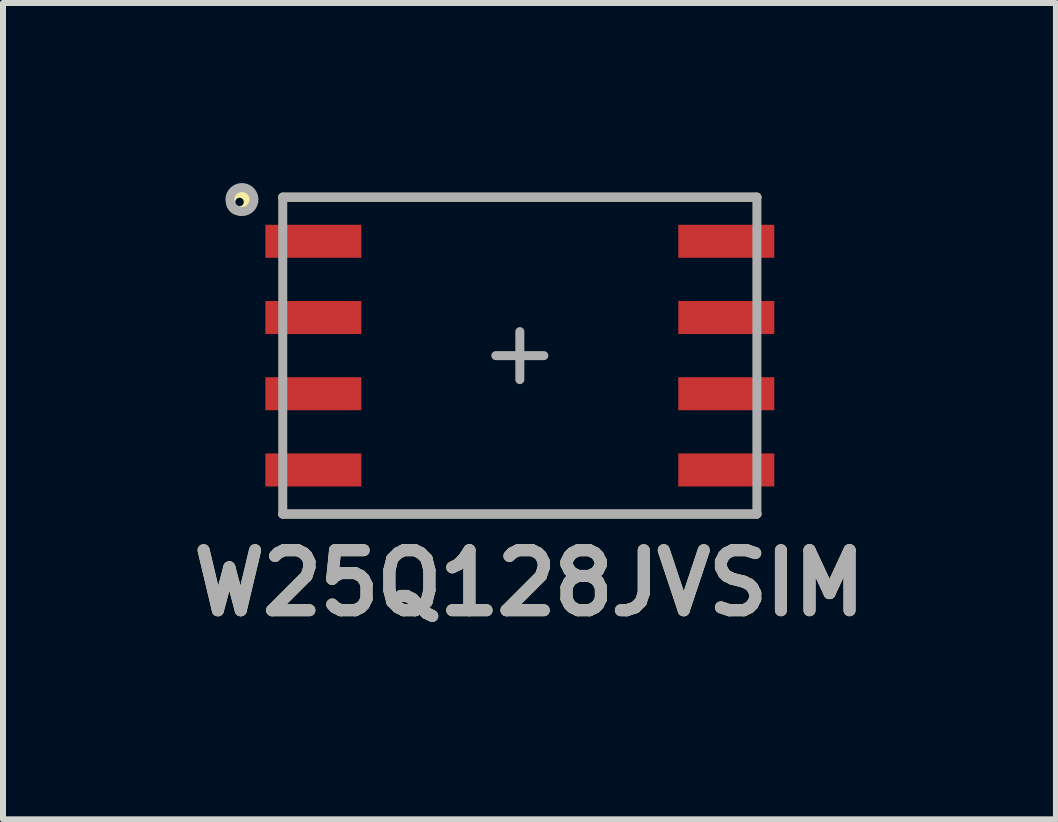
<source format=kicad_pcb>
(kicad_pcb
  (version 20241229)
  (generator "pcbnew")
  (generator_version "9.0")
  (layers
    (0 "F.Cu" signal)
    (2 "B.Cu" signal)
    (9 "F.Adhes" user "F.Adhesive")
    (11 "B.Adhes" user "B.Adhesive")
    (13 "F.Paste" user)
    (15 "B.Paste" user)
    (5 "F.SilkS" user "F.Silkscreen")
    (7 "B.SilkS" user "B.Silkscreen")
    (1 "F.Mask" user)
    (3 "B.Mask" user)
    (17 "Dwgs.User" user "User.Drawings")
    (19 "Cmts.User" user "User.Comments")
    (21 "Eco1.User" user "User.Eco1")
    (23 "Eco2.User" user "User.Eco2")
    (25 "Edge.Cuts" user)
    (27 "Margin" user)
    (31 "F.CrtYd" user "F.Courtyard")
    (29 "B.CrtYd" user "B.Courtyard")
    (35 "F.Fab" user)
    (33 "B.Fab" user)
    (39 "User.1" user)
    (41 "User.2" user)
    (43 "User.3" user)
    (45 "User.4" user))
  (footprint "W25Q128JVSIM"
    (layer "F.Cu")
    (at 5.611 2.875)
    (property "Reference" "W25Q128JVSIM" (at 0.16 3.79 0) (layer "F.SilkS") (effects (font (size 1 1) (thickness 0.2))))
    (attr through_hole)
    (fp_line (start -3.95 -2.64) (end 3.95 -2.64) (stroke (width 0.15) (type solid)) (layer "F.SilkS"))
    (fp_line (start -3.95 2.64) (end 3.95 2.64) (stroke (width 0.15) (type solid)) (layer "F.SilkS"))
    (fp_circle (center -4.67 -2.56) (end -4.563 -2.46) (stroke (width 0.152) (type solid)) (fill no) (layer "F.SilkS"))
    (fp_line (start -3.95 -2.64) (end -3.95 2.64) (stroke (width 0.15) (type solid)) (layer "F.Fab"))
    (fp_line (start -3.95 -2.64) (end 3.95 -2.64) (stroke (width 0.15) (type solid)) (layer "F.Fab"))
    (fp_line (start -3.95 2.64) (end 3.95 2.64) (stroke (width 0.15) (type solid)) (layer "F.Fab"))
    (fp_line (start -0.4 0) (end 0.4 0) (stroke (width 0.15) (type solid)) (layer "F.Fab"))
    (fp_line (start 0 -0.4) (end 0 0.4) (stroke (width 0.15) (type solid)) (layer "F.Fab"))
    (fp_line (start 3.95 2.64) (end 3.95 -2.64) (stroke (width 0.15) (type solid)) (layer "F.Fab"))
    (fp_circle (center -4.63 -2.6) (end -4.43 -2.6) (stroke (width 0.15) (type solid)) (fill no) (layer "F.Fab"))
    (fp_text user "${REFERENCE}" (at 0.16 3.79 0) (layer "F.Fab") (effects (font (size 1 1) (thickness 0.2))))
    (pad "1" smd rect (at -3.44 -1.905) (size 1.6 0.55) (layers "F.Cu" "F.Mask" "F.Paste"))
    (pad "2" smd rect (at -3.44 -0.635) (size 1.6 0.55) (layers "F.Cu" "F.Mask" "F.Paste"))
    (pad "3" smd rect (at -3.44 0.635) (size 1.6 0.55) (layers "F.Cu" "F.Mask" "F.Paste"))
    (pad "4" smd rect (at -3.44 1.905) (size 1.6 0.55) (layers "F.Cu" "F.Mask" "F.Paste"))
    (pad "5" smd rect (at 3.44 1.905) (size 1.6 0.55) (layers "F.Cu" "F.Mask" "F.Paste"))
    (pad "6" smd rect (at 3.44 0.635) (size 1.6 0.55) (layers "F.Cu" "F.Mask" "F.Paste"))
    (pad "7" smd rect (at 3.44 -0.635) (size 1.6 0.55) (layers "F.Cu" "F.Mask" "F.Paste"))
    (pad "8" smd rect (at 3.44 -1.905) (size 1.6 0.55) (layers "F.Cu" "F.Mask" "F.Paste")))
  (gr_rect
    (start -3 -3)
    (end 14.543 10.601)
    (stroke (width 0.1) (type default))
    (fill no)
    (layer "Edge.Cuts")))
</source>
